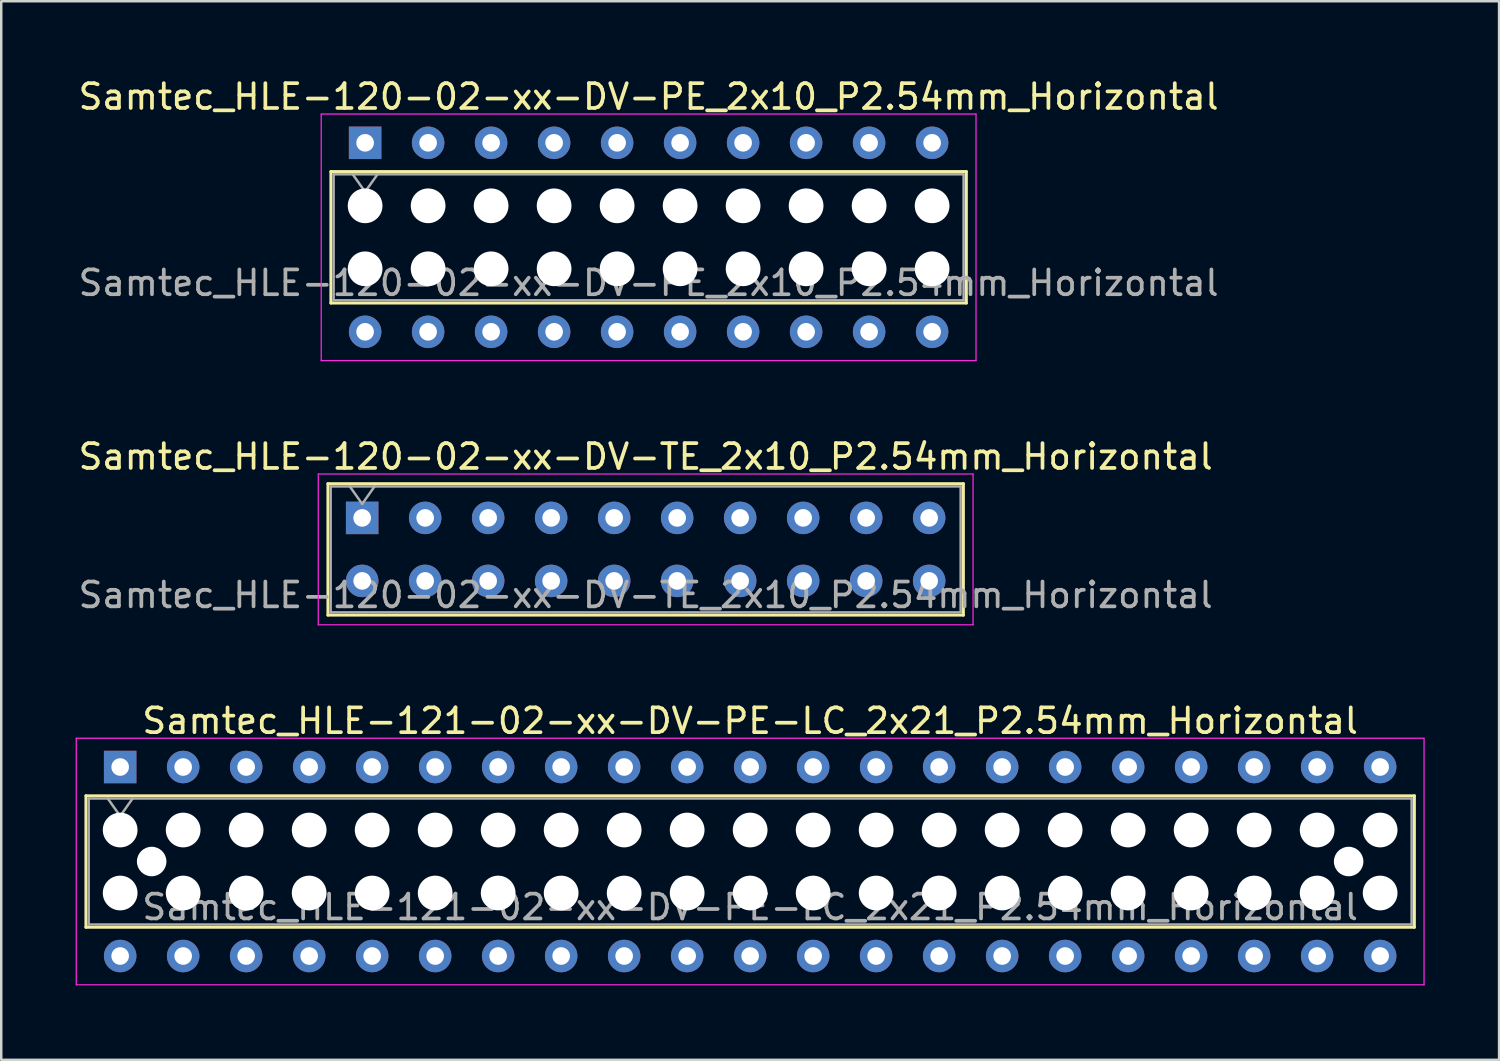
<source format=kicad_pcb>
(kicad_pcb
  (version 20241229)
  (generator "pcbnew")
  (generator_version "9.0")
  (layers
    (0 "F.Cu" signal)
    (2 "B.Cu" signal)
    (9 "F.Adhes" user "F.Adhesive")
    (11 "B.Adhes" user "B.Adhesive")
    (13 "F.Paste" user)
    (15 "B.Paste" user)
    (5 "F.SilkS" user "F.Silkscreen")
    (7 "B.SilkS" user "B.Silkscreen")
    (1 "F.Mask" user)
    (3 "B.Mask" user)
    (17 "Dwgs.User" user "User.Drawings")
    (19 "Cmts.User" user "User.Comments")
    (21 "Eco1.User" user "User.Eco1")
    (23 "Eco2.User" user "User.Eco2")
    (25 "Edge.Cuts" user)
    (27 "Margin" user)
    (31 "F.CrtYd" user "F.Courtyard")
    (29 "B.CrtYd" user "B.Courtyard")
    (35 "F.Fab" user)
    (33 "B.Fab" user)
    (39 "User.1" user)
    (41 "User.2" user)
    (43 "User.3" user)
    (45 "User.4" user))
  (footprint "Samtec_HLE-121-02-xx-DV-PE-LC_2x21_P2.54mm_Horizontal"
    (layer "F.Cu")
    (at 1.795 27.875)
    (property "Reference" "Samtec_HLE-121-02-xx-DV-PE-LC_2x21_P2.54mm_Horizontal" (at 25.4 -1.86 0) (layer "F.SilkS") (effects (font (size 1 1) (thickness 0.15))))
    (attr through_hole)
    (fp_line (start -1.38 1.16) (end 52.18 1.16) (stroke (width 0.12) (type solid)) (layer "F.SilkS"))
    (fp_line (start -1.38 6.46) (end -1.38 1.16) (stroke (width 0.12) (type solid)) (layer "F.SilkS"))
    (fp_line (start 52.18 1.16) (end 52.18 6.46) (stroke (width 0.12) (type solid)) (layer "F.SilkS"))
    (fp_line (start 52.18 6.46) (end -1.38 6.46) (stroke (width 0.12) (type solid)) (layer "F.SilkS"))
    (fp_line (start -1.77 -1.16) (end 52.57 -1.16) (stroke (width 0.05) (type solid)) (layer "F.CrtYd"))
    (fp_line (start -1.77 8.78) (end -1.77 -1.16) (stroke (width 0.05) (type solid)) (layer "F.CrtYd"))
    (fp_line (start 52.57 -1.16) (end 52.57 8.78) (stroke (width 0.05) (type solid)) (layer "F.CrtYd"))
    (fp_line (start 52.57 8.78) (end -1.77 8.78) (stroke (width 0.05) (type solid)) (layer "F.CrtYd"))
    (fp_line (start -1.27 1.27) (end 52.07 1.27) (stroke (width 0.1) (type solid)) (layer "F.Fab"))
    (fp_line (start -1.27 6.35) (end -1.27 1.27) (stroke (width 0.1) (type solid)) (layer "F.Fab"))
    (fp_line (start -0.5 1.27) (end 0 1.977) (stroke (width 0.1) (type solid)) (layer "F.Fab"))
    (fp_line (start 0 1.977) (end 0.5 1.27) (stroke (width 0.1) (type solid)) (layer "F.Fab"))
    (fp_line (start 52.07 1.27) (end 52.07 6.35) (stroke (width 0.1) (type solid)) (layer "F.Fab"))
    (fp_line (start 52.07 6.35) (end -1.27 6.35) (stroke (width 0.1) (type solid)) (layer "F.Fab"))
    (fp_text user "${REFERENCE}" (at 25.4 5.65 0) (layer "F.Fab") (effects (font (size 1 1) (thickness 0.15))))
    (pad "" np_thru_hole circle (at 0 2.54) (size 1.4 1.4) (drill 1.4) (layers "*.Cu" "*.Mask"))
    (pad "" np_thru_hole circle (at 0 5.08) (size 1.4 1.4) (drill 1.4) (layers "*.Cu" "*.Mask"))
    (pad "" np_thru_hole circle (at 1.27 3.81) (size 1.19 1.19) (drill 1.19) (layers "*.Cu" "*.Mask"))
    (pad "" np_thru_hole circle (at 2.54 2.54) (size 1.4 1.4) (drill 1.4) (layers "*.Cu" "*.Mask"))
    (pad "" np_thru_hole circle (at 2.54 5.08) (size 1.4 1.4) (drill 1.4) (layers "*.Cu" "*.Mask"))
    (pad "" np_thru_hole circle (at 5.08 2.54) (size 1.4 1.4) (drill 1.4) (layers "*.Cu" "*.Mask"))
    (pad "" np_thru_hole circle (at 5.08 5.08) (size 1.4 1.4) (drill 1.4) (layers "*.Cu" "*.Mask"))
    (pad "" np_thru_hole circle (at 7.62 2.54) (size 1.4 1.4) (drill 1.4) (layers "*.Cu" "*.Mask"))
    (pad "" np_thru_hole circle (at 7.62 5.08) (size 1.4 1.4) (drill 1.4) (layers "*.Cu" "*.Mask"))
    (pad "" np_thru_hole circle (at 10.16 2.54) (size 1.4 1.4) (drill 1.4) (layers "*.Cu" "*.Mask"))
    (pad "" np_thru_hole circle (at 10.16 5.08) (size 1.4 1.4) (drill 1.4) (layers "*.Cu" "*.Mask"))
    (pad "" np_thru_hole circle (at 12.7 2.54) (size 1.4 1.4) (drill 1.4) (layers "*.Cu" "*.Mask"))
    (pad "" np_thru_hole circle (at 12.7 5.08) (size 1.4 1.4) (drill 1.4) (layers "*.Cu" "*.Mask"))
    (pad "" np_thru_hole circle (at 15.24 2.54) (size 1.4 1.4) (drill 1.4) (layers "*.Cu" "*.Mask"))
    (pad "" np_thru_hole circle (at 15.24 5.08) (size 1.4 1.4) (drill 1.4) (layers "*.Cu" "*.Mask"))
    (pad "" np_thru_hole circle (at 17.78 2.54) (size 1.4 1.4) (drill 1.4) (layers "*.Cu" "*.Mask"))
    (pad "" np_thru_hole circle (at 17.78 5.08) (size 1.4 1.4) (drill 1.4) (layers "*.Cu" "*.Mask"))
    (pad "" np_thru_hole circle (at 20.32 2.54) (size 1.4 1.4) (drill 1.4) (layers "*.Cu" "*.Mask"))
    (pad "" np_thru_hole circle (at 20.32 5.08) (size 1.4 1.4) (drill 1.4) (layers "*.Cu" "*.Mask"))
    (pad "" np_thru_hole circle (at 22.86 2.54) (size 1.4 1.4) (drill 1.4) (layers "*.Cu" "*.Mask"))
    (pad "" np_thru_hole circle (at 22.86 5.08) (size 1.4 1.4) (drill 1.4) (layers "*.Cu" "*.Mask"))
    (pad "" np_thru_hole circle (at 25.4 2.54) (size 1.4 1.4) (drill 1.4) (layers "*.Cu" "*.Mask"))
    (pad "" np_thru_hole circle (at 25.4 5.08) (size 1.4 1.4) (drill 1.4) (layers "*.Cu" "*.Mask"))
    (pad "" np_thru_hole circle (at 27.94 2.54) (size 1.4 1.4) (drill 1.4) (layers "*.Cu" "*.Mask"))
    (pad "" np_thru_hole circle (at 27.94 5.08) (size 1.4 1.4) (drill 1.4) (layers "*.Cu" "*.Mask"))
    (pad "" np_thru_hole circle (at 30.48 2.54) (size 1.4 1.4) (drill 1.4) (layers "*.Cu" "*.Mask"))
    (pad "" np_thru_hole circle (at 30.48 5.08) (size 1.4 1.4) (drill 1.4) (layers "*.Cu" "*.Mask"))
    (pad "" np_thru_hole circle (at 33.02 2.54) (size 1.4 1.4) (drill 1.4) (layers "*.Cu" "*.Mask"))
    (pad "" np_thru_hole circle (at 33.02 5.08) (size 1.4 1.4) (drill 1.4) (layers "*.Cu" "*.Mask"))
    (pad "" np_thru_hole circle (at 35.56 2.54) (size 1.4 1.4) (drill 1.4) (layers "*.Cu" "*.Mask"))
    (pad "" np_thru_hole circle (at 35.56 5.08) (size 1.4 1.4) (drill 1.4) (layers "*.Cu" "*.Mask"))
    (pad "" np_thru_hole circle (at 38.1 2.54) (size 1.4 1.4) (drill 1.4) (layers "*.Cu" "*.Mask"))
    (pad "" np_thru_hole circle (at 38.1 5.08) (size 1.4 1.4) (drill 1.4) (layers "*.Cu" "*.Mask"))
    (pad "" np_thru_hole circle (at 40.64 2.54) (size 1.4 1.4) (drill 1.4) (layers "*.Cu" "*.Mask"))
    (pad "" np_thru_hole circle (at 40.64 5.08) (size 1.4 1.4) (drill 1.4) (layers "*.Cu" "*.Mask"))
    (pad "" np_thru_hole circle (at 43.18 2.54) (size 1.4 1.4) (drill 1.4) (layers "*.Cu" "*.Mask"))
    (pad "" np_thru_hole circle (at 43.18 5.08) (size 1.4 1.4) (drill 1.4) (layers "*.Cu" "*.Mask"))
    (pad "" np_thru_hole circle (at 45.72 2.54) (size 1.4 1.4) (drill 1.4) (layers "*.Cu" "*.Mask"))
    (pad "" np_thru_hole circle (at 45.72 5.08) (size 1.4 1.4) (drill 1.4) (layers "*.Cu" "*.Mask"))
    (pad "" np_thru_hole circle (at 48.26 2.54) (size 1.4 1.4) (drill 1.4) (layers "*.Cu" "*.Mask"))
    (pad "" np_thru_hole circle (at 48.26 5.08) (size 1.4 1.4) (drill 1.4) (layers "*.Cu" "*.Mask"))
    (pad "" np_thru_hole circle (at 49.53 3.81) (size 1.19 1.19) (drill 1.19) (layers "*.Cu" "*.Mask"))
    (pad "" np_thru_hole circle (at 50.8 2.54) (size 1.4 1.4) (drill 1.4) (layers "*.Cu" "*.Mask"))
    (pad "" np_thru_hole circle (at 50.8 5.08) (size 1.4 1.4) (drill 1.4) (layers "*.Cu" "*.Mask"))
    (pad "1" thru_hole rect (at 0 0) (size 1.31 1.31) (drill 0.71) (layers "*.Cu" "*.Mask"))
    (pad "2" thru_hole circle (at 0 7.62) (size 1.31 1.31) (drill 0.71) (layers "*.Cu" "*.Mask"))
    (pad "3" thru_hole circle (at 2.54 0) (size 1.31 1.31) (drill 0.71) (layers "*.Cu" "*.Mask"))
    (pad "4" thru_hole circle (at 2.54 7.62) (size 1.31 1.31) (drill 0.71) (layers "*.Cu" "*.Mask"))
    (pad "5" thru_hole circle (at 5.08 0) (size 1.31 1.31) (drill 0.71) (layers "*.Cu" "*.Mask"))
    (pad "6" thru_hole circle (at 5.08 7.62) (size 1.31 1.31) (drill 0.71) (layers "*.Cu" "*.Mask"))
    (pad "7" thru_hole circle (at 7.62 0) (size 1.31 1.31) (drill 0.71) (layers "*.Cu" "*.Mask"))
    (pad "8" thru_hole circle (at 7.62 7.62) (size 1.31 1.31) (drill 0.71) (layers "*.Cu" "*.Mask"))
    (pad "9" thru_hole circle (at 10.16 0) (size 1.31 1.31) (drill 0.71) (layers "*.Cu" "*.Mask"))
    (pad "10" thru_hole circle (at 10.16 7.62) (size 1.31 1.31) (drill 0.71) (layers "*.Cu" "*.Mask"))
    (pad "11" thru_hole circle (at 12.7 0) (size 1.31 1.31) (drill 0.71) (layers "*.Cu" "*.Mask"))
    (pad "12" thru_hole circle (at 12.7 7.62) (size 1.31 1.31) (drill 0.71) (layers "*.Cu" "*.Mask"))
    (pad "13" thru_hole circle (at 15.24 0) (size 1.31 1.31) (drill 0.71) (layers "*.Cu" "*.Mask"))
    (pad "14" thru_hole circle (at 15.24 7.62) (size 1.31 1.31) (drill 0.71) (layers "*.Cu" "*.Mask"))
    (pad "15" thru_hole circle (at 17.78 0) (size 1.31 1.31) (drill 0.71) (layers "*.Cu" "*.Mask"))
    (pad "16" thru_hole circle (at 17.78 7.62) (size 1.31 1.31) (drill 0.71) (layers "*.Cu" "*.Mask"))
    (pad "17" thru_hole circle (at 20.32 0) (size 1.31 1.31) (drill 0.71) (layers "*.Cu" "*.Mask"))
    (pad "18" thru_hole circle (at 20.32 7.62) (size 1.31 1.31) (drill 0.71) (layers "*.Cu" "*.Mask"))
    (pad "19" thru_hole circle (at 22.86 0) (size 1.31 1.31) (drill 0.71) (layers "*.Cu" "*.Mask"))
    (pad "20" thru_hole circle (at 22.86 7.62) (size 1.31 1.31) (drill 0.71) (layers "*.Cu" "*.Mask"))
    (pad "21" thru_hole circle (at 25.4 0) (size 1.31 1.31) (drill 0.71) (layers "*.Cu" "*.Mask"))
    (pad "22" thru_hole circle (at 25.4 7.62) (size 1.31 1.31) (drill 0.71) (layers "*.Cu" "*.Mask"))
    (pad "23" thru_hole circle (at 27.94 0) (size 1.31 1.31) (drill 0.71) (layers "*.Cu" "*.Mask"))
    (pad "24" thru_hole circle (at 27.94 7.62) (size 1.31 1.31) (drill 0.71) (layers "*.Cu" "*.Mask"))
    (pad "25" thru_hole circle (at 30.48 0) (size 1.31 1.31) (drill 0.71) (layers "*.Cu" "*.Mask"))
    (pad "26" thru_hole circle (at 30.48 7.62) (size 1.31 1.31) (drill 0.71) (layers "*.Cu" "*.Mask"))
    (pad "27" thru_hole circle (at 33.02 0) (size 1.31 1.31) (drill 0.71) (layers "*.Cu" "*.Mask"))
    (pad "28" thru_hole circle (at 33.02 7.62) (size 1.31 1.31) (drill 0.71) (layers "*.Cu" "*.Mask"))
    (pad "29" thru_hole circle (at 35.56 0) (size 1.31 1.31) (drill 0.71) (layers "*.Cu" "*.Mask"))
    (pad "30" thru_hole circle (at 35.56 7.62) (size 1.31 1.31) (drill 0.71) (layers "*.Cu" "*.Mask"))
    (pad "31" thru_hole circle (at 38.1 0) (size 1.31 1.31) (drill 0.71) (layers "*.Cu" "*.Mask"))
    (pad "32" thru_hole circle (at 38.1 7.62) (size 1.31 1.31) (drill 0.71) (layers "*.Cu" "*.Mask"))
    (pad "33" thru_hole circle (at 40.64 0) (size 1.31 1.31) (drill 0.71) (layers "*.Cu" "*.Mask"))
    (pad "34" thru_hole circle (at 40.64 7.62) (size 1.31 1.31) (drill 0.71) (layers "*.Cu" "*.Mask"))
    (pad "35" thru_hole circle (at 43.18 0) (size 1.31 1.31) (drill 0.71) (layers "*.Cu" "*.Mask"))
    (pad "36" thru_hole circle (at 43.18 7.62) (size 1.31 1.31) (drill 0.71) (layers "*.Cu" "*.Mask"))
    (pad "37" thru_hole circle (at 45.72 0) (size 1.31 1.31) (drill 0.71) (layers "*.Cu" "*.Mask"))
    (pad "38" thru_hole circle (at 45.72 7.62) (size 1.31 1.31) (drill 0.71) (layers "*.Cu" "*.Mask"))
    (pad "39" thru_hole circle (at 48.26 0) (size 1.31 1.31) (drill 0.71) (layers "*.Cu" "*.Mask"))
    (pad "40" thru_hole circle (at 48.26 7.62) (size 1.31 1.31) (drill 0.71) (layers "*.Cu" "*.Mask"))
    (pad "41" thru_hole circle (at 50.8 0) (size 1.31 1.31) (drill 0.71) (layers "*.Cu" "*.Mask"))
    (pad "42" thru_hole circle (at 50.8 7.62) (size 1.31 1.31) (drill 0.71) (layers "*.Cu" "*.Mask")))
  (footprint "Samtec_HLE-120-02-xx-DV-PE_2x10_P2.54mm_Horizontal"
    (layer "F.Cu")
    (at 11.671 2.708)
    (property "Reference" "Samtec_HLE-120-02-xx-DV-PE_2x10_P2.54mm_Horizontal" (at 11.43 -1.86 0) (layer "F.SilkS") (effects (font (size 1 1) (thickness 0.15))))
    (attr through_hole)
    (fp_line (start -1.38 1.16) (end 24.24 1.16) (stroke (width 0.12) (type solid)) (layer "F.SilkS"))
    (fp_line (start -1.38 6.46) (end -1.38 1.16) (stroke (width 0.12) (type solid)) (layer "F.SilkS"))
    (fp_line (start 24.24 1.16) (end 24.24 6.46) (stroke (width 0.12) (type solid)) (layer "F.SilkS"))
    (fp_line (start 24.24 6.46) (end -1.38 6.46) (stroke (width 0.12) (type solid)) (layer "F.SilkS"))
    (fp_line (start -1.77 -1.16) (end 24.63 -1.16) (stroke (width 0.05) (type solid)) (layer "F.CrtYd"))
    (fp_line (start -1.77 8.78) (end -1.77 -1.16) (stroke (width 0.05) (type solid)) (layer "F.CrtYd"))
    (fp_line (start 24.63 -1.16) (end 24.63 8.78) (stroke (width 0.05) (type solid)) (layer "F.CrtYd"))
    (fp_line (start 24.63 8.78) (end -1.77 8.78) (stroke (width 0.05) (type solid)) (layer "F.CrtYd"))
    (fp_line (start -1.27 1.27) (end 24.13 1.27) (stroke (width 0.1) (type solid)) (layer "F.Fab"))
    (fp_line (start -1.27 6.35) (end -1.27 1.27) (stroke (width 0.1) (type solid)) (layer "F.Fab"))
    (fp_line (start -0.5 1.27) (end 0 1.977) (stroke (width 0.1) (type solid)) (layer "F.Fab"))
    (fp_line (start 0 1.977) (end 0.5 1.27) (stroke (width 0.1) (type solid)) (layer "F.Fab"))
    (fp_line (start 24.13 1.27) (end 24.13 6.35) (stroke (width 0.1) (type solid)) (layer "F.Fab"))
    (fp_line (start 24.13 6.35) (end -1.27 6.35) (stroke (width 0.1) (type solid)) (layer "F.Fab"))
    (fp_text user "${REFERENCE}" (at 11.43 5.65 0) (layer "F.Fab") (effects (font (size 1 1) (thickness 0.15))))
    (pad "" np_thru_hole circle (at 0 2.54) (size 1.4 1.4) (drill 1.4) (layers "*.Cu" "*.Mask"))
    (pad "" np_thru_hole circle (at 0 5.08) (size 1.4 1.4) (drill 1.4) (layers "*.Cu" "*.Mask"))
    (pad "" np_thru_hole circle (at 2.54 2.54) (size 1.4 1.4) (drill 1.4) (layers "*.Cu" "*.Mask"))
    (pad "" np_thru_hole circle (at 2.54 5.08) (size 1.4 1.4) (drill 1.4) (layers "*.Cu" "*.Mask"))
    (pad "" np_thru_hole circle (at 5.08 2.54) (size 1.4 1.4) (drill 1.4) (layers "*.Cu" "*.Mask"))
    (pad "" np_thru_hole circle (at 5.08 5.08) (size 1.4 1.4) (drill 1.4) (layers "*.Cu" "*.Mask"))
    (pad "" np_thru_hole circle (at 7.62 2.54) (size 1.4 1.4) (drill 1.4) (layers "*.Cu" "*.Mask"))
    (pad "" np_thru_hole circle (at 7.62 5.08) (size 1.4 1.4) (drill 1.4) (layers "*.Cu" "*.Mask"))
    (pad "" np_thru_hole circle (at 10.16 2.54) (size 1.4 1.4) (drill 1.4) (layers "*.Cu" "*.Mask"))
    (pad "" np_thru_hole circle (at 10.16 5.08) (size 1.4 1.4) (drill 1.4) (layers "*.Cu" "*.Mask"))
    (pad "" np_thru_hole circle (at 12.7 2.54) (size 1.4 1.4) (drill 1.4) (layers "*.Cu" "*.Mask"))
    (pad "" np_thru_hole circle (at 12.7 5.08) (size 1.4 1.4) (drill 1.4) (layers "*.Cu" "*.Mask"))
    (pad "" np_thru_hole circle (at 15.24 2.54) (size 1.4 1.4) (drill 1.4) (layers "*.Cu" "*.Mask"))
    (pad "" np_thru_hole circle (at 15.24 5.08) (size 1.4 1.4) (drill 1.4) (layers "*.Cu" "*.Mask"))
    (pad "" np_thru_hole circle (at 17.78 2.54) (size 1.4 1.4) (drill 1.4) (layers "*.Cu" "*.Mask"))
    (pad "" np_thru_hole circle (at 17.78 5.08) (size 1.4 1.4) (drill 1.4) (layers "*.Cu" "*.Mask"))
    (pad "" np_thru_hole circle (at 20.32 2.54) (size 1.4 1.4) (drill 1.4) (layers "*.Cu" "*.Mask"))
    (pad "" np_thru_hole circle (at 20.32 5.08) (size 1.4 1.4) (drill 1.4) (layers "*.Cu" "*.Mask"))
    (pad "" np_thru_hole circle (at 22.86 2.54) (size 1.4 1.4) (drill 1.4) (layers "*.Cu" "*.Mask"))
    (pad "" np_thru_hole circle (at 22.86 5.08) (size 1.4 1.4) (drill 1.4) (layers "*.Cu" "*.Mask"))
    (pad "1" thru_hole rect (at 0 0) (size 1.31 1.31) (drill 0.71) (layers "*.Cu" "*.Mask"))
    (pad "2" thru_hole circle (at 0 7.62) (size 1.31 1.31) (drill 0.71) (layers "*.Cu" "*.Mask"))
    (pad "3" thru_hole circle (at 2.54 0) (size 1.31 1.31) (drill 0.71) (layers "*.Cu" "*.Mask"))
    (pad "4" thru_hole circle (at 2.54 7.62) (size 1.31 1.31) (drill 0.71) (layers "*.Cu" "*.Mask"))
    (pad "5" thru_hole circle (at 5.08 0) (size 1.31 1.31) (drill 0.71) (layers "*.Cu" "*.Mask"))
    (pad "6" thru_hole circle (at 5.08 7.62) (size 1.31 1.31) (drill 0.71) (layers "*.Cu" "*.Mask"))
    (pad "7" thru_hole circle (at 7.62 0) (size 1.31 1.31) (drill 0.71) (layers "*.Cu" "*.Mask"))
    (pad "8" thru_hole circle (at 7.62 7.62) (size 1.31 1.31) (drill 0.71) (layers "*.Cu" "*.Mask"))
    (pad "9" thru_hole circle (at 10.16 0) (size 1.31 1.31) (drill 0.71) (layers "*.Cu" "*.Mask"))
    (pad "10" thru_hole circle (at 10.16 7.62) (size 1.31 1.31) (drill 0.71) (layers "*.Cu" "*.Mask"))
    (pad "11" thru_hole circle (at 12.7 0) (size 1.31 1.31) (drill 0.71) (layers "*.Cu" "*.Mask"))
    (pad "12" thru_hole circle (at 12.7 7.62) (size 1.31 1.31) (drill 0.71) (layers "*.Cu" "*.Mask"))
    (pad "13" thru_hole circle (at 15.24 0) (size 1.31 1.31) (drill 0.71) (layers "*.Cu" "*.Mask"))
    (pad "14" thru_hole circle (at 15.24 7.62) (size 1.31 1.31) (drill 0.71) (layers "*.Cu" "*.Mask"))
    (pad "15" thru_hole circle (at 17.78 0) (size 1.31 1.31) (drill 0.71) (layers "*.Cu" "*.Mask"))
    (pad "16" thru_hole circle (at 17.78 7.62) (size 1.31 1.31) (drill 0.71) (layers "*.Cu" "*.Mask"))
    (pad "17" thru_hole circle (at 20.32 0) (size 1.31 1.31) (drill 0.71) (layers "*.Cu" "*.Mask"))
    (pad "18" thru_hole circle (at 20.32 7.62) (size 1.31 1.31) (drill 0.71) (layers "*.Cu" "*.Mask"))
    (pad "19" thru_hole circle (at 22.86 0) (size 1.31 1.31) (drill 0.71) (layers "*.Cu" "*.Mask"))
    (pad "20" thru_hole circle (at 22.86 7.62) (size 1.31 1.31) (drill 0.71) (layers "*.Cu" "*.Mask")))
  (footprint "Samtec_HLE-120-02-xx-DV-TE_2x10_P2.54mm_Horizontal"
    (layer "F.Cu")
    (at 11.552 17.831)
    (property "Reference" "Samtec_HLE-120-02-xx-DV-TE_2x10_P2.54mm_Horizontal" (at 11.43 -2.47 0) (layer "F.SilkS") (effects (font (size 1 1) (thickness 0.15))))
    (attr through_hole)
    (fp_line (start -1.38 -1.38) (end 24.24 -1.38) (stroke (width 0.12) (type solid)) (layer "F.SilkS"))
    (fp_line (start -1.38 3.92) (end -1.38 -1.38) (stroke (width 0.12) (type solid)) (layer "F.SilkS"))
    (fp_line (start 24.24 -1.38) (end 24.24 3.92) (stroke (width 0.12) (type solid)) (layer "F.SilkS"))
    (fp_line (start 24.24 3.92) (end -1.38 3.92) (stroke (width 0.12) (type solid)) (layer "F.SilkS"))
    (fp_line (start -1.77 -1.77) (end 24.63 -1.77) (stroke (width 0.05) (type solid)) (layer "F.CrtYd"))
    (fp_line (start -1.77 4.31) (end -1.77 -1.77) (stroke (width 0.05) (type solid)) (layer "F.CrtYd"))
    (fp_line (start 24.63 -1.77) (end 24.63 4.31) (stroke (width 0.05) (type solid)) (layer "F.CrtYd"))
    (fp_line (start 24.63 4.31) (end -1.77 4.31) (stroke (width 0.05) (type solid)) (layer "F.CrtYd"))
    (fp_line (start -1.27 -1.27) (end 24.13 -1.27) (stroke (width 0.1) (type solid)) (layer "F.Fab"))
    (fp_line (start -1.27 3.81) (end -1.27 -1.27) (stroke (width 0.1) (type solid)) (layer "F.Fab"))
    (fp_line (start -0.5 -1.27) (end 0 -0.563) (stroke (width 0.1) (type solid)) (layer "F.Fab"))
    (fp_line (start 0 -0.563) (end 0.5 -1.27) (stroke (width 0.1) (type solid)) (layer "F.Fab"))
    (fp_line (start 24.13 -1.27) (end 24.13 3.81) (stroke (width 0.1) (type solid)) (layer "F.Fab"))
    (fp_line (start 24.13 3.81) (end -1.27 3.81) (stroke (width 0.1) (type solid)) (layer "F.Fab"))
    (fp_text user "${REFERENCE}" (at 11.43 3.11 0) (layer "F.Fab") (effects (font (size 1 1) (thickness 0.15))))
    (pad "1" thru_hole rect (at 0 0) (size 1.31 1.31) (drill 0.71) (layers "*.Cu" "*.Mask"))
    (pad "2" thru_hole circle (at 0 2.54) (size 1.31 1.31) (drill 0.71) (layers "*.Cu" "*.Mask"))
    (pad "3" thru_hole circle (at 2.54 0) (size 1.31 1.31) (drill 0.71) (layers "*.Cu" "*.Mask"))
    (pad "4" thru_hole circle (at 2.54 2.54) (size 1.31 1.31) (drill 0.71) (layers "*.Cu" "*.Mask"))
    (pad "5" thru_hole circle (at 5.08 0) (size 1.31 1.31) (drill 0.71) (layers "*.Cu" "*.Mask"))
    (pad "6" thru_hole circle (at 5.08 2.54) (size 1.31 1.31) (drill 0.71) (layers "*.Cu" "*.Mask"))
    (pad "7" thru_hole circle (at 7.62 0) (size 1.31 1.31) (drill 0.71) (layers "*.Cu" "*.Mask"))
    (pad "8" thru_hole circle (at 7.62 2.54) (size 1.31 1.31) (drill 0.71) (layers "*.Cu" "*.Mask"))
    (pad "9" thru_hole circle (at 10.16 0) (size 1.31 1.31) (drill 0.71) (layers "*.Cu" "*.Mask"))
    (pad "10" thru_hole circle (at 10.16 2.54) (size 1.31 1.31) (drill 0.71) (layers "*.Cu" "*.Mask"))
    (pad "11" thru_hole circle (at 12.7 0) (size 1.31 1.31) (drill 0.71) (layers "*.Cu" "*.Mask"))
    (pad "12" thru_hole circle (at 12.7 2.54) (size 1.31 1.31) (drill 0.71) (layers "*.Cu" "*.Mask"))
    (pad "13" thru_hole circle (at 15.24 0) (size 1.31 1.31) (drill 0.71) (layers "*.Cu" "*.Mask"))
    (pad "14" thru_hole circle (at 15.24 2.54) (size 1.31 1.31) (drill 0.71) (layers "*.Cu" "*.Mask"))
    (pad "15" thru_hole circle (at 17.78 0) (size 1.31 1.31) (drill 0.71) (layers "*.Cu" "*.Mask"))
    (pad "16" thru_hole circle (at 17.78 2.54) (size 1.31 1.31) (drill 0.71) (layers "*.Cu" "*.Mask"))
    (pad "17" thru_hole circle (at 20.32 0) (size 1.31 1.31) (drill 0.71) (layers "*.Cu" "*.Mask"))
    (pad "18" thru_hole circle (at 20.32 2.54) (size 1.31 1.31) (drill 0.71) (layers "*.Cu" "*.Mask"))
    (pad "19" thru_hole circle (at 22.86 0) (size 1.31 1.31) (drill 0.71) (layers "*.Cu" "*.Mask"))
    (pad "20" thru_hole circle (at 22.86 2.54) (size 1.31 1.31) (drill 0.71) (layers "*.Cu" "*.Mask")))
  (gr_rect
    (start -3 -3)
    (end 57.39 39.68)
    (stroke (width 0.1) (type default))
    (fill no)
    (layer "Edge.Cuts")))
</source>
